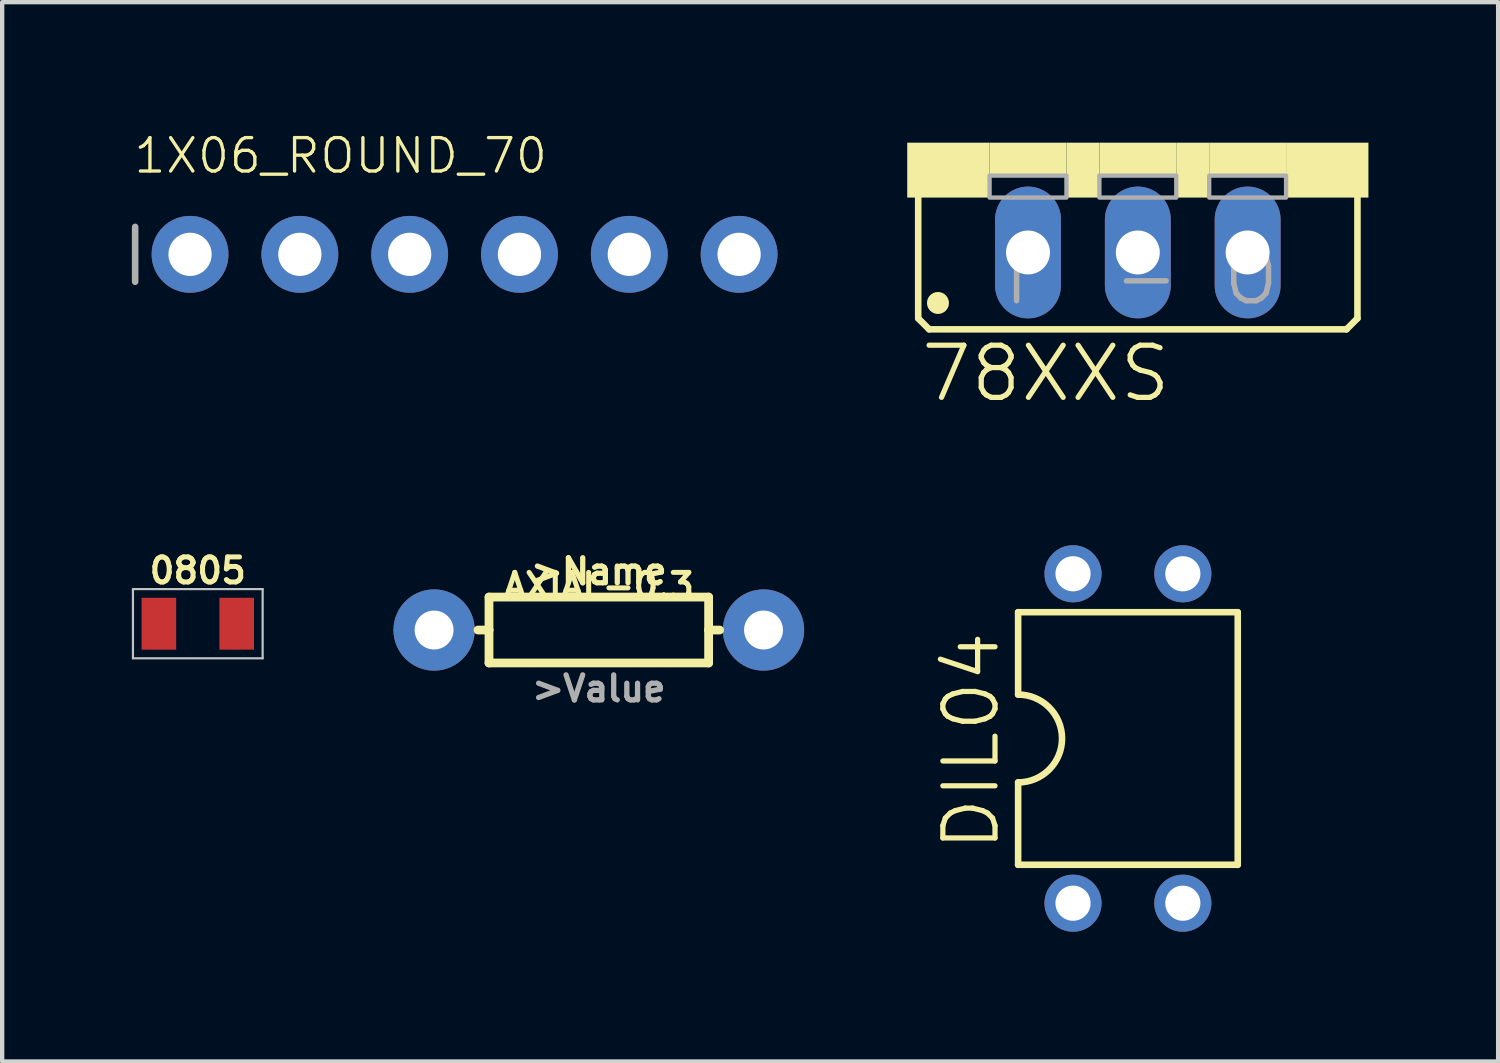
<source format=kicad_pcb>
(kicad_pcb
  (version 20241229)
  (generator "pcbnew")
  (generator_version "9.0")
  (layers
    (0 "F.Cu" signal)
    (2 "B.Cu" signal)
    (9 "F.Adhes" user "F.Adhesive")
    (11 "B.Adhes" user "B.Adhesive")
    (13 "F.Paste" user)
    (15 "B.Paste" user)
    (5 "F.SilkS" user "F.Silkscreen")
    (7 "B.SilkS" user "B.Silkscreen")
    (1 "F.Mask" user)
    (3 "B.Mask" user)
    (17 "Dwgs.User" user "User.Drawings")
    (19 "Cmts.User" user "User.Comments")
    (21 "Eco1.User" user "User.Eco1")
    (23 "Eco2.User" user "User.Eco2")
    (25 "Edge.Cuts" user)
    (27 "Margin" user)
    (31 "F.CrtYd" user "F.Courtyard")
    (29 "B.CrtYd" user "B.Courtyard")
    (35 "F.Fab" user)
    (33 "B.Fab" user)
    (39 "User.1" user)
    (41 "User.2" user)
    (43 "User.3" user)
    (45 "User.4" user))
  (footprint "0805"
    (layer "F.Cu")
    (at 1.525 11.377)
    (property "Reference" "0805" (at 0 -0.889 0) (layer "F.SilkS") (effects (font (size 0.579 0.579) (thickness 0.116)) (justify bottom)))
    (attr through_hole)
    (fp_line (start -1.5 -0.8) (end 1.5 -0.8) (stroke (width 0.051) (type solid)) (layer "Dwgs.User"))
    (fp_line (start -1.5 0.8) (end -1.5 -0.8) (stroke (width 0.051) (type solid)) (layer "Dwgs.User"))
    (fp_line (start 1.5 -0.8) (end 1.5 0.8) (stroke (width 0.051) (type solid)) (layer "Dwgs.User"))
    (fp_line (start 1.5 0.8) (end -1.5 0.8) (stroke (width 0.051) (type solid)) (layer "Dwgs.User"))
    (pad "1" smd rect (at -0.9 0) (size 0.8 1.2) (layers "F.Cu" "F.Mask" "F.Paste"))
    (pad "2" smd rect (at 0.9 0) (size 0.8 1.2) (layers "F.Cu" "F.Mask" "F.Paste")))
  (footprint "DIL04"
    (layer "F.Cu")
    (at 23.04 14.032)
    (property "Reference" "DIL04" (at -2.921 2.667 90) (layer "F.SilkS") (effects (font (size 1.206 1.206) (thickness 0.121)) (justify left bottom)))
    (attr through_hole)
    (fp_line (start -2.54 -2.921) (end -2.54 -1.016) (stroke (width 0.152) (type solid)) (layer "F.SilkS"))
    (fp_line (start -2.54 2.921) (end -2.54 1.016) (stroke (width 0.152) (type solid)) (layer "F.SilkS"))
    (fp_line (start -2.54 2.921) (end 2.54 2.921) (stroke (width 0.152) (type solid)) (layer "F.SilkS"))
    (fp_line (start 2.54 -2.921) (end -2.54 -2.921) (stroke (width 0.152) (type solid)) (layer "F.SilkS"))
    (fp_line (start 2.54 -2.921) (end 2.54 2.921) (stroke (width 0.152) (type solid)) (layer "F.SilkS"))
    (fp_arc (start -2.54 -1.016) (mid -1.524 0) (end -2.54 1.016) (stroke (width 0.1524) (type solid)) (layer "F.SilkS"))
    (pad "1" thru_hole circle (at -1.27 3.81 270) (size 1.321 1.321) (drill 0.813) (layers "*.Cu" "*.Mask"))
    (pad "2" thru_hole circle (at 1.27 3.81 270) (size 1.321 1.321) (drill 0.813) (layers "*.Cu" "*.Mask"))
    (pad "3" thru_hole circle (at 1.27 -3.81 90) (size 1.321 1.321) (drill 0.813) (layers "*.Cu" "*.Mask"))
    (pad "4" thru_hole circle (at -1.27 -3.81 90) (size 1.321 1.321) (drill 0.813) (layers "*.Cu" "*.Mask")))
  (footprint "AXIAL-0.3"
    (layer "F.Cu")
    (at 10.801 11.523)
    (property "Reference" "AXIAL-0.3" (at 0 -1.016 0) (layer "F.SilkS") (effects (font (size 0.579 0.579) (thickness 0.116))))
    (attr through_hole)
    (fp_line (start -2.54 -0.762) (end 2.54 -0.762) (stroke (width 0.203) (type solid)) (layer "F.SilkS"))
    (fp_line (start -2.54 0) (end -2.794 0) (stroke (width 0.203) (type solid)) (layer "F.SilkS"))
    (fp_line (start -2.54 0) (end -2.54 -0.762) (stroke (width 0.203) (type solid)) (layer "F.SilkS"))
    (fp_line (start -2.54 0.762) (end -2.54 0) (stroke (width 0.203) (type solid)) (layer "F.SilkS"))
    (fp_line (start 2.54 -0.762) (end 2.54 0) (stroke (width 0.203) (type solid)) (layer "F.SilkS"))
    (fp_line (start 2.54 0) (end 2.54 0.762) (stroke (width 0.203) (type solid)) (layer "F.SilkS"))
    (fp_line (start 2.54 0) (end 2.794 0) (stroke (width 0.203) (type solid)) (layer "F.SilkS"))
    (fp_line (start 2.54 0.762) (end -2.54 0.762) (stroke (width 0.203) (type solid)) (layer "F.SilkS"))
    (fp_text user ">Name" (at 0 -1.016 0) (layer "F.SilkS") (effects (font (size 0.579 0.579) (thickness 0.122)) (justify bottom)))
    (fp_text user ">Value" (at 0 1.016 0) (layer "F.Fab") (effects (font (size 0.579 0.579) (thickness 0.122)) (justify top)))
    (pad "P$1" thru_hole circle (at -3.81 0) (size 1.88 1.88) (drill 0.9) (layers "*.Cu" "*.Mask"))
    (pad "P$2" thru_hole circle (at 3.81 0) (size 1.88 1.88) (drill 0.9) (layers "*.Cu" "*.Mask")))
  (footprint "1X06_ROUND_70"
    (layer "F.Cu")
    (at 7.696 2.833)
    (property "Reference" "1X06_ROUND_70" (at -7.696 -1.829 0) (layer "F.SilkS") (effects (font (size 0.772 0.772) (thickness 0.077)) (justify left bottom)))
    (attr through_hole)
    (fp_line (start -7.62 -0.635) (end -7.62 0.635) (stroke (width 0.152) (type solid)) (layer "F.Fab"))
    (fp_poly (pts (xy -6.604 0.254) (xy -6.096 0.254) (xy -6.096 -0.254) (xy -6.604 -0.254)) (stroke (width 0.1) (type solid)) (fill no) (layer "F.Fab"))
    (fp_poly (pts (xy -4.064 0.254) (xy -3.556 0.254) (xy -3.556 -0.254) (xy -4.064 -0.254)) (stroke (width 0.1) (type solid)) (fill no) (layer "F.Fab"))
    (fp_poly (pts (xy -1.524 0.254) (xy -1.016 0.254) (xy -1.016 -0.254) (xy -1.524 -0.254)) (stroke (width 0.1) (type solid)) (fill no) (layer "F.Fab"))
    (fp_poly (pts (xy 1.016 0.254) (xy 1.524 0.254) (xy 1.524 -0.254) (xy 1.016 -0.254)) (stroke (width 0.1) (type solid)) (fill no) (layer "F.Fab"))
    (fp_poly (pts (xy 3.556 0.254) (xy 4.064 0.254) (xy 4.064 -0.254) (xy 3.556 -0.254)) (stroke (width 0.1) (type solid)) (fill no) (layer "F.Fab"))
    (fp_poly (pts (xy 6.096 0.254) (xy 6.604 0.254) (xy 6.604 -0.254) (xy 6.096 -0.254)) (stroke (width 0.1) (type solid)) (fill no) (layer "F.Fab"))
    (pad "1" thru_hole circle (at -6.35 0 90) (size 1.778 1.778) (drill 1) (layers "*.Cu" "*.Mask"))
    (pad "2" thru_hole circle (at -3.81 0 90) (size 1.778 1.778) (drill 1) (layers "*.Cu" "*.Mask"))
    (pad "3" thru_hole circle (at -1.27 0 90) (size 1.778 1.778) (drill 1) (layers "*.Cu" "*.Mask"))
    (pad "4" thru_hole circle (at 1.27 0 90) (size 1.778 1.778) (drill 1) (layers "*.Cu" "*.Mask"))
    (pad "5" thru_hole circle (at 3.81 0 90) (size 1.778 1.778) (drill 1) (layers "*.Cu" "*.Mask"))
    (pad "6" thru_hole circle (at 6.35 0 90) (size 1.778 1.778) (drill 1) (layers "*.Cu" "*.Mask")))
  (footprint "78XXS"
    (layer "F.Cu")
    (at 23.269 0.25)
    (property "Reference" "78XXS" (at -5.08 6.045 180) (layer "F.SilkS") (effects (font (size 1.206 1.206) (thickness 0.121)) (justify left bottom)))
    (attr through_hole)
    (fp_line (start -5.08 4.064) (end -5.08 1.143) (stroke (width 0.152) (type solid)) (layer "F.SilkS"))
    (fp_line (start -5.08 4.064) (end -4.826 4.318) (stroke (width 0.152) (type solid)) (layer "F.SilkS"))
    (fp_line (start 4.826 4.318) (end -4.826 4.318) (stroke (width 0.152) (type solid)) (layer "F.SilkS"))
    (fp_line (start 4.826 4.318) (end 5.08 4.064) (stroke (width 0.152) (type solid)) (layer "F.SilkS"))
    (fp_line (start 5.08 1.143) (end 5.08 4.064) (stroke (width 0.152) (type solid)) (layer "F.SilkS"))
    (fp_circle (center -4.623 3.708) (end -4.496 3.708) (stroke (width 0.254) (type solid)) (fill no) (layer "F.SilkS"))
    (fp_poly (pts (xy -5.334 1.27) (xy -3.429 1.27) (xy -3.429 0) (xy -5.334 0)) (stroke (width 0) (type solid)) (fill yes) (layer "F.SilkS"))
    (fp_poly (pts (xy -3.429 0.762) (xy -1.651 0.762) (xy -1.651 0) (xy -3.429 0)) (stroke (width 0) (type solid)) (fill yes) (layer "F.SilkS"))
    (fp_poly (pts (xy -1.651 1.27) (xy -0.889 1.27) (xy -0.889 0) (xy -1.651 0)) (stroke (width 0) (type solid)) (fill yes) (layer "F.SilkS"))
    (fp_poly (pts (xy -0.889 0.762) (xy 0.889 0.762) (xy 0.889 0) (xy -0.889 0)) (stroke (width 0) (type solid)) (fill yes) (layer "F.SilkS"))
    (fp_poly (pts (xy 0.889 1.27) (xy 1.651 1.27) (xy 1.651 0) (xy 0.889 0)) (stroke (width 0) (type solid)) (fill yes) (layer "F.SilkS"))
    (fp_poly (pts (xy 1.651 0.762) (xy 3.429 0.762) (xy 3.429 0) (xy 1.651 0)) (stroke (width 0) (type solid)) (fill yes) (layer "F.SilkS"))
    (fp_poly (pts (xy 3.429 1.27) (xy 5.334 1.27) (xy 5.334 0) (xy 3.429 0)) (stroke (width 0) (type solid)) (fill yes) (layer "F.SilkS"))
    (fp_poly (pts (xy -3.429 1.27) (xy -1.651 1.27) (xy -1.651 0.762) (xy -3.429 0.762)) (stroke (width 0.1) (type solid)) (fill no) (layer "F.Fab"))
    (fp_poly (pts (xy -0.889 1.27) (xy 0.889 1.27) (xy 0.889 0.762) (xy -0.889 0.762)) (stroke (width 0.1) (type solid)) (fill no) (layer "F.Fab"))
    (fp_poly (pts (xy 1.651 1.27) (xy 3.429 1.27) (xy 3.429 0.762) (xy 1.651 0.762)) (stroke (width 0.1) (type solid)) (fill no) (layer "F.Fab"))
    (fp_text user "-" (at -0.635 3.81 0) (layer "F.Fab") (effects (font (size 1.206 1.206) (thickness 0.127)) (justify left bottom)))
    (fp_text user "I" (at -3.175 3.81 0) (layer "F.Fab") (effects (font (size 1.206 1.206) (thickness 0.127)) (justify left bottom)))
    (fp_text user "O" (at 1.905 3.81 0) (layer "F.Fab") (effects (font (size 1.206 1.206) (thickness 0.127)) (justify left bottom)))
    (pad "GND" thru_hole oval (at 0 2.54 90) (size 3.048 1.524) (drill 1.016) (layers "*.Cu" "*.Mask"))
    (pad "IN" thru_hole oval (at -2.54 2.54 90) (size 3.048 1.524) (drill 1.016) (layers "*.Cu" "*.Mask"))
    (pad "OUT" thru_hole oval (at 2.54 2.54 90) (size 3.048 1.524) (drill 1.016) (layers "*.Cu" "*.Mask")))
  (gr_rect
    (start -3 -3)
    (end 31.603 21.503)
    (stroke (width 0.1) (type default))
    (fill no)
    (layer "Edge.Cuts")))
</source>
